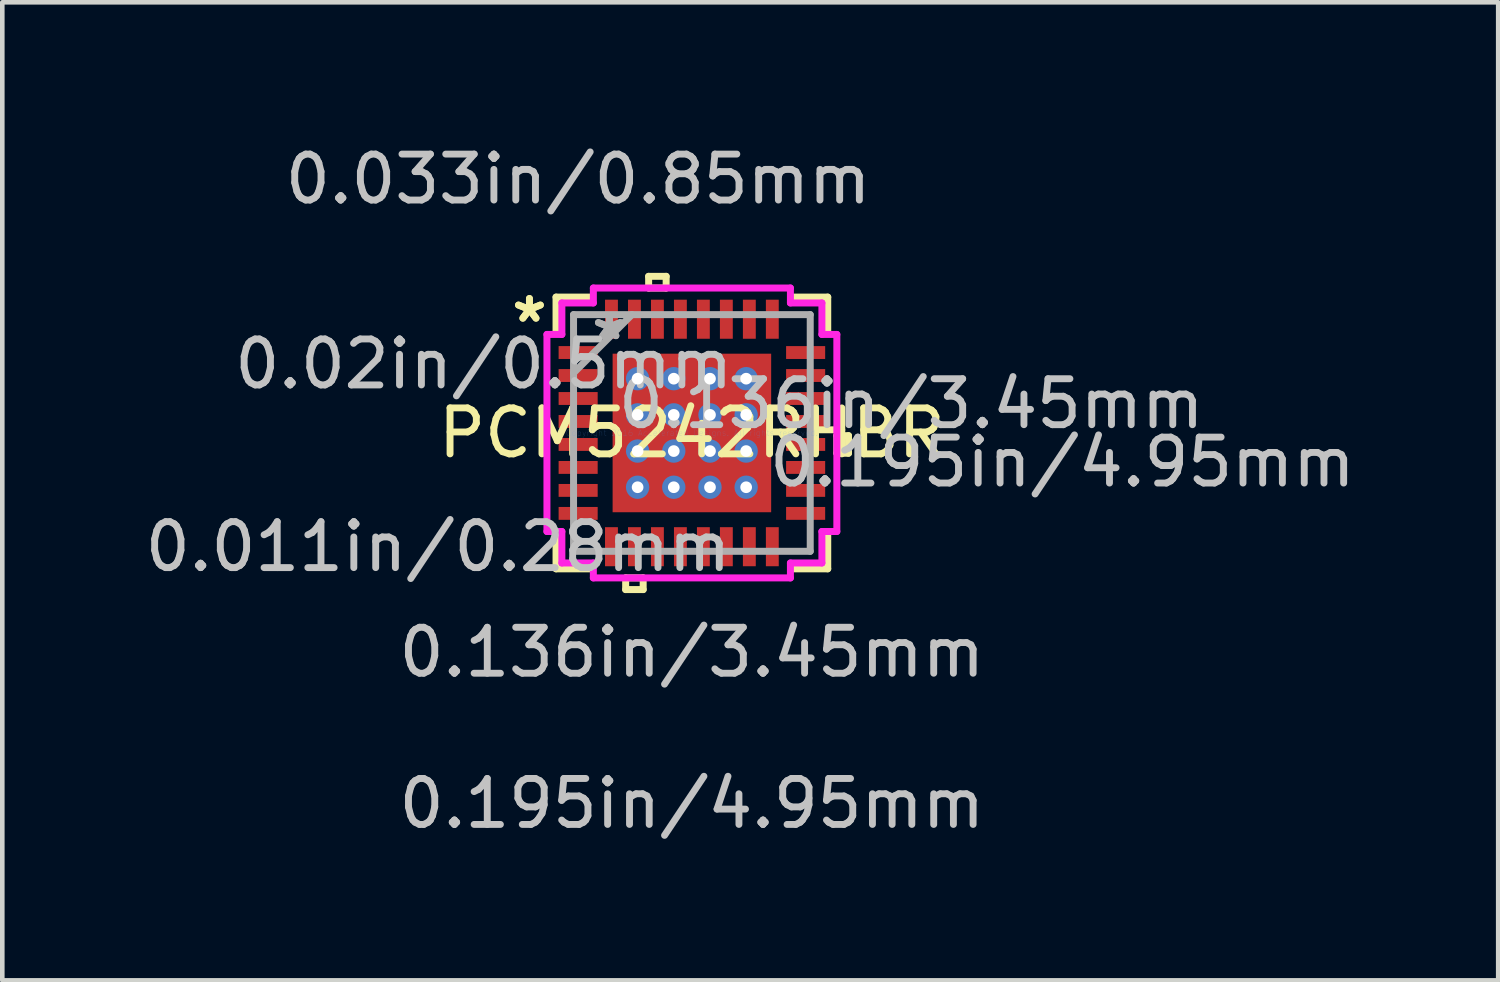
<source format=kicad_pcb>
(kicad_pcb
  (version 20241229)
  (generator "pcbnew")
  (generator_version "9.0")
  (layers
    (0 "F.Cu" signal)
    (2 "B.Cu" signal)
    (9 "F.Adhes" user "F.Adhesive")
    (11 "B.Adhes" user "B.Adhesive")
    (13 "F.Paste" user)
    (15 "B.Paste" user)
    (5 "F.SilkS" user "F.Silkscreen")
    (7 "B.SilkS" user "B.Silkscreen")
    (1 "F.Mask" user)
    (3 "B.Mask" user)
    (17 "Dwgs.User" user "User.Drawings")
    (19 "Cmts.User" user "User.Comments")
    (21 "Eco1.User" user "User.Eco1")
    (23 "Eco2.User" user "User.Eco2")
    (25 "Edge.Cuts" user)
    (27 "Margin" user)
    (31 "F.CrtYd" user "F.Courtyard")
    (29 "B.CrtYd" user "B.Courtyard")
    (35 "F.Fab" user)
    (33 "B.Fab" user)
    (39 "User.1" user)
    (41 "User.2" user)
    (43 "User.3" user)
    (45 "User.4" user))
  (footprint "PCM5242RHBR"
    (layer "F.Cu")
    (at 12.005 6.371)
    (property "Reference" "PCM5242RHBR" (at 0 0 0) (layer "F.SilkS") (effects (font (size 1 1) (thickness 0.15))))
    (attr through_hole)
    (fp_line (start -1.788 -1.788) (end -1.381 -1.788) (stroke (width 0.152) (type solid)) (layer "F.Mask"))
    (fp_line (start -1.788 -1.788) (end 1.788 -1.788) (stroke (width 0.152) (type solid)) (layer "F.Mask"))
    (fp_line (start -1.788 -1.381) (end -1.788 -1.788) (stroke (width 0.152) (type solid)) (layer "F.Mask"))
    (fp_line (start -1.788 -0.981) (end 1.788 -0.981) (stroke (width 0.152) (type solid)) (layer "F.Mask"))
    (fp_line (start -1.788 -0.594) (end -1.788 -0.981) (stroke (width 0.152) (type solid)) (layer "F.Mask"))
    (fp_line (start -1.788 -0.194) (end 1.788 -0.194) (stroke (width 0.152) (type solid)) (layer "F.Mask"))
    (fp_line (start -1.788 0.194) (end -1.788 -0.194) (stroke (width 0.152) (type solid)) (layer "F.Mask"))
    (fp_line (start -1.788 0.594) (end 1.788 0.594) (stroke (width 0.152) (type solid)) (layer "F.Mask"))
    (fp_line (start -1.788 0.981) (end -1.788 0.594) (stroke (width 0.152) (type solid)) (layer "F.Mask"))
    (fp_line (start -1.788 1.381) (end 1.788 1.381) (stroke (width 0.152) (type solid)) (layer "F.Mask"))
    (fp_line (start -1.788 1.788) (end -1.788 -1.788) (stroke (width 0.152) (type solid)) (layer "F.Mask"))
    (fp_line (start -1.788 1.788) (end -1.788 1.381) (stroke (width 0.152) (type solid)) (layer "F.Mask"))
    (fp_line (start -1.381 -1.788) (end -1.381 1.788) (stroke (width 0.152) (type solid)) (layer "F.Mask"))
    (fp_line (start -1.381 1.788) (end -1.788 1.788) (stroke (width 0.152) (type solid)) (layer "F.Mask"))
    (fp_line (start -0.981 -1.788) (end -0.981 1.788) (stroke (width 0.152) (type solid)) (layer "F.Mask"))
    (fp_line (start -0.981 1.788) (end -0.594 1.788) (stroke (width 0.152) (type solid)) (layer "F.Mask"))
    (fp_line (start -0.594 -1.788) (end -0.981 -1.788) (stroke (width 0.152) (type solid)) (layer "F.Mask"))
    (fp_line (start -0.594 1.788) (end -0.594 -1.788) (stroke (width 0.152) (type solid)) (layer "F.Mask"))
    (fp_line (start -0.194 -1.788) (end -0.194 1.788) (stroke (width 0.152) (type solid)) (layer "F.Mask"))
    (fp_line (start -0.194 1.788) (end 0.194 1.788) (stroke (width 0.152) (type solid)) (layer "F.Mask"))
    (fp_line (start 0.194 -1.788) (end -0.194 -1.788) (stroke (width 0.152) (type solid)) (layer "F.Mask"))
    (fp_line (start 0.194 1.788) (end 0.194 -1.788) (stroke (width 0.152) (type solid)) (layer "F.Mask"))
    (fp_line (start 0.594 -1.788) (end 0.594 1.788) (stroke (width 0.152) (type solid)) (layer "F.Mask"))
    (fp_line (start 0.594 1.788) (end 0.981 1.788) (stroke (width 0.152) (type solid)) (layer "F.Mask"))
    (fp_line (start 0.981 -1.788) (end 0.594 -1.788) (stroke (width 0.152) (type solid)) (layer "F.Mask"))
    (fp_line (start 0.981 1.788) (end 0.981 -1.788) (stroke (width 0.152) (type solid)) (layer "F.Mask"))
    (fp_line (start 1.381 -1.788) (end 1.788 -1.788) (stroke (width 0.152) (type solid)) (layer "F.Mask"))
    (fp_line (start 1.381 1.788) (end 1.381 -1.788) (stroke (width 0.152) (type solid)) (layer "F.Mask"))
    (fp_line (start 1.788 -1.788) (end 1.788 -1.381) (stroke (width 0.152) (type solid)) (layer "F.Mask"))
    (fp_line (start 1.788 -1.788) (end 1.788 1.788) (stroke (width 0.152) (type solid)) (layer "F.Mask"))
    (fp_line (start 1.788 -1.381) (end -1.788 -1.381) (stroke (width 0.152) (type solid)) (layer "F.Mask"))
    (fp_line (start 1.788 -0.981) (end 1.788 -0.594) (stroke (width 0.152) (type solid)) (layer "F.Mask"))
    (fp_line (start 1.788 -0.594) (end -1.788 -0.594) (stroke (width 0.152) (type solid)) (layer "F.Mask"))
    (fp_line (start 1.788 -0.194) (end 1.788 0.194) (stroke (width 0.152) (type solid)) (layer "F.Mask"))
    (fp_line (start 1.788 0.194) (end -1.788 0.194) (stroke (width 0.152) (type solid)) (layer "F.Mask"))
    (fp_line (start 1.788 0.594) (end 1.788 0.981) (stroke (width 0.152) (type solid)) (layer "F.Mask"))
    (fp_line (start 1.788 0.981) (end -1.788 0.981) (stroke (width 0.152) (type solid)) (layer "F.Mask"))
    (fp_line (start 1.788 1.381) (end 1.788 1.788) (stroke (width 0.152) (type solid)) (layer "F.Mask"))
    (fp_line (start 1.788 1.788) (end -1.788 1.788) (stroke (width 0.152) (type solid)) (layer "F.Mask"))
    (fp_line (start 1.788 1.788) (end 1.381 1.788) (stroke (width 0.152) (type solid)) (layer "F.Mask"))
    (fp_line (start -2.956 -2.956) (end -2.956 -2.218) (stroke (width 0.152) (type solid)) (layer "F.SilkS"))
    (fp_line (start -2.956 2.218) (end -2.956 2.956) (stroke (width 0.152) (type solid)) (layer "F.SilkS"))
    (fp_line (start -2.956 2.956) (end -2.218 2.956) (stroke (width 0.152) (type solid)) (layer "F.SilkS"))
    (fp_line (start -2.218 -2.956) (end -2.956 -2.956) (stroke (width 0.152) (type solid)) (layer "F.SilkS"))
    (fp_line (start -1.441 3.154) (end -1.441 3.408) (stroke (width 0.152) (type solid)) (layer "F.SilkS"))
    (fp_line (start -1.441 3.408) (end -1.06 3.408) (stroke (width 0.152) (type solid)) (layer "F.SilkS"))
    (fp_line (start -1.06 3.154) (end -1.441 3.154) (stroke (width 0.152) (type solid)) (layer "F.SilkS"))
    (fp_line (start -1.06 3.408) (end -1.06 3.154) (stroke (width 0.152) (type solid)) (layer "F.SilkS"))
    (fp_line (start -0.941 -3.408) (end -0.56 -3.408) (stroke (width 0.152) (type solid)) (layer "F.SilkS"))
    (fp_line (start -0.941 -3.154) (end -0.941 -3.408) (stroke (width 0.152) (type solid)) (layer "F.SilkS"))
    (fp_line (start -0.56 -3.408) (end -0.56 -3.154) (stroke (width 0.152) (type solid)) (layer "F.SilkS"))
    (fp_line (start -0.56 -3.154) (end -0.941 -3.154) (stroke (width 0.152) (type solid)) (layer "F.SilkS"))
    (fp_line (start 2.218 2.956) (end 2.956 2.956) (stroke (width 0.152) (type solid)) (layer "F.SilkS"))
    (fp_line (start 2.956 -2.956) (end 2.218 -2.956) (stroke (width 0.152) (type solid)) (layer "F.SilkS"))
    (fp_line (start 2.956 -2.218) (end 2.956 -2.956) (stroke (width 0.152) (type solid)) (layer "F.SilkS"))
    (fp_line (start 2.956 2.956) (end 2.956 2.218) (stroke (width 0.152) (type solid)) (layer "F.SilkS"))
    (fp_line (start 3.154 0.059) (end 3.408 0.059) (stroke (width 0.152) (type solid)) (layer "F.SilkS"))
    (fp_line (start 3.154 0.441) (end 3.154 0.059) (stroke (width 0.152) (type solid)) (layer "F.SilkS"))
    (fp_line (start 3.408 0.059) (end 3.408 0.441) (stroke (width 0.152) (type solid)) (layer "F.SilkS"))
    (fp_line (start 3.408 0.441) (end 3.154 0.441) (stroke (width 0.152) (type solid)) (layer "F.SilkS"))
    (fp_line (start -1.65 -1.65) (end -1.65 -1.281) (stroke (width 0.152) (type solid)) (layer "F.Paste"))
    (fp_line (start -1.65 -1.281) (end -1.423 -1.281) (stroke (width 0.152) (type solid)) (layer "F.Paste"))
    (fp_line (start -1.65 -1.081) (end -1.65 -0.494) (stroke (width 0.152) (type solid)) (layer "F.Paste"))
    (fp_line (start -1.65 -0.494) (end -1.423 -0.494) (stroke (width 0.152) (type solid)) (layer "F.Paste"))
    (fp_line (start -1.65 -0.294) (end -1.65 0.294) (stroke (width 0.152) (type solid)) (layer "F.Paste"))
    (fp_line (start -1.65 0.294) (end -1.423 0.294) (stroke (width 0.152) (type solid)) (layer "F.Paste"))
    (fp_line (start -1.65 0.494) (end -1.65 1.081) (stroke (width 0.152) (type solid)) (layer "F.Paste"))
    (fp_line (start -1.65 1.081) (end -1.423 1.081) (stroke (width 0.152) (type solid)) (layer "F.Paste"))
    (fp_line (start -1.65 1.281) (end -1.65 1.65) (stroke (width 0.152) (type solid)) (layer "F.Paste"))
    (fp_line (start -1.65 1.65) (end -1.281 1.65) (stroke (width 0.152) (type solid)) (layer "F.Paste"))
    (fp_line (start -1.423 -1.281) (end -1.423 -1.281) (stroke (width 0.152) (type solid)) (layer "F.Paste"))
    (fp_line (start -1.423 -1.281) (end -1.281 -1.423) (stroke (width 0.152) (type solid)) (layer "F.Paste"))
    (fp_line (start -1.423 -1.081) (end -1.65 -1.081) (stroke (width 0.152) (type solid)) (layer "F.Paste"))
    (fp_line (start -1.423 -1.081) (end -1.423 -1.081) (stroke (width 0.152) (type solid)) (layer "F.Paste"))
    (fp_line (start -1.423 -0.494) (end -1.423 -0.494) (stroke (width 0.152) (type solid)) (layer "F.Paste"))
    (fp_line (start -1.423 -0.494) (end -1.281 -0.635) (stroke (width 0.152) (type solid)) (layer "F.Paste"))
    (fp_line (start -1.423 -0.294) (end -1.65 -0.294) (stroke (width 0.152) (type solid)) (layer "F.Paste"))
    (fp_line (start -1.423 -0.294) (end -1.423 -0.294) (stroke (width 0.152) (type solid)) (layer "F.Paste"))
    (fp_line (start -1.423 0.294) (end -1.423 0.294) (stroke (width 0.152) (type solid)) (layer "F.Paste"))
    (fp_line (start -1.423 0.294) (end -1.281 0.152) (stroke (width 0.152) (type solid)) (layer "F.Paste"))
    (fp_line (start -1.423 0.494) (end -1.65 0.494) (stroke (width 0.152) (type solid)) (layer "F.Paste"))
    (fp_line (start -1.423 0.494) (end -1.423 0.494) (stroke (width 0.152) (type solid)) (layer "F.Paste"))
    (fp_line (start -1.423 1.081) (end -1.423 1.081) (stroke (width 0.152) (type solid)) (layer "F.Paste"))
    (fp_line (start -1.423 1.081) (end -1.281 0.94) (stroke (width 0.152) (type solid)) (layer "F.Paste"))
    (fp_line (start -1.423 1.281) (end -1.65 1.281) (stroke (width 0.152) (type solid)) (layer "F.Paste"))
    (fp_line (start -1.423 1.281) (end -1.423 1.281) (stroke (width 0.152) (type solid)) (layer "F.Paste"))
    (fp_line (start -1.281 -1.65) (end -1.65 -1.65) (stroke (width 0.152) (type solid)) (layer "F.Paste"))
    (fp_line (start -1.281 -1.423) (end -1.281 -1.65) (stroke (width 0.152) (type solid)) (layer "F.Paste"))
    (fp_line (start -1.281 -1.423) (end -1.281 -1.423) (stroke (width 0.152) (type solid)) (layer "F.Paste"))
    (fp_line (start -1.281 -0.94) (end -1.423 -1.081) (stroke (width 0.152) (type solid)) (layer "F.Paste"))
    (fp_line (start -1.281 -0.94) (end -1.281 -0.94) (stroke (width 0.152) (type solid)) (layer "F.Paste"))
    (fp_line (start -1.281 -0.635) (end -1.281 -0.94) (stroke (width 0.152) (type solid)) (layer "F.Paste"))
    (fp_line (start -1.281 -0.635) (end -1.281 -0.635) (stroke (width 0.152) (type solid)) (layer "F.Paste"))
    (fp_line (start -1.281 -0.152) (end -1.423 -0.294) (stroke (width 0.152) (type solid)) (layer "F.Paste"))
    (fp_line (start -1.281 -0.152) (end -1.281 -0.152) (stroke (width 0.152) (type solid)) (layer "F.Paste"))
    (fp_line (start -1.281 0.152) (end -1.281 -0.152) (stroke (width 0.152) (type solid)) (layer "F.Paste"))
    (fp_line (start -1.281 0.152) (end -1.281 0.152) (stroke (width 0.152) (type solid)) (layer "F.Paste"))
    (fp_line (start -1.281 0.635) (end -1.423 0.494) (stroke (width 0.152) (type solid)) (layer "F.Paste"))
    (fp_line (start -1.281 0.635) (end -1.281 0.635) (stroke (width 0.152) (type solid)) (layer "F.Paste"))
    (fp_line (start -1.281 0.94) (end -1.281 0.635) (stroke (width 0.152) (type solid)) (layer "F.Paste"))
    (fp_line (start -1.281 0.94) (end -1.281 0.94) (stroke (width 0.152) (type solid)) (layer "F.Paste"))
    (fp_line (start -1.281 1.423) (end -1.423 1.281) (stroke (width 0.152) (type solid)) (layer "F.Paste"))
    (fp_line (start -1.281 1.423) (end -1.281 1.423) (stroke (width 0.152) (type solid)) (layer "F.Paste"))
    (fp_line (start -1.281 1.65) (end -1.281 1.423) (stroke (width 0.152) (type solid)) (layer "F.Paste"))
    (fp_line (start -1.081 -1.65) (end -1.081 -1.423) (stroke (width 0.152) (type solid)) (layer "F.Paste"))
    (fp_line (start -1.081 -1.423) (end -1.081 -1.423) (stroke (width 0.152) (type solid)) (layer "F.Paste"))
    (fp_line (start -1.081 -1.423) (end -0.94 -1.281) (stroke (width 0.152) (type solid)) (layer "F.Paste"))
    (fp_line (start -1.081 -0.94) (end -1.081 -0.94) (stroke (width 0.152) (type solid)) (layer "F.Paste"))
    (fp_line (start -1.081 -0.94) (end -1.081 -0.635) (stroke (width 0.152) (type solid)) (layer "F.Paste"))
    (fp_line (start -1.081 -0.635) (end -1.081 -0.635) (stroke (width 0.152) (type solid)) (layer "F.Paste"))
    (fp_line (start -1.081 -0.635) (end -0.94 -0.494) (stroke (width 0.152) (type solid)) (layer "F.Paste"))
    (fp_line (start -1.081 -0.152) (end -1.081 -0.152) (stroke (width 0.152) (type solid)) (layer "F.Paste"))
    (fp_line (start -1.081 -0.152) (end -1.081 0.152) (stroke (width 0.152) (type solid)) (layer "F.Paste"))
    (fp_line (start -1.081 0.152) (end -1.081 0.152) (stroke (width 0.152) (type solid)) (layer "F.Paste"))
    (fp_line (start -1.081 0.152) (end -0.94 0.294) (stroke (width 0.152) (type solid)) (layer "F.Paste"))
    (fp_line (start -1.081 0.635) (end -1.081 0.635) (stroke (width 0.152) (type solid)) (layer "F.Paste"))
    (fp_line (start -1.081 0.635) (end -1.081 0.94) (stroke (width 0.152) (type solid)) (layer "F.Paste"))
    (fp_line (start -1.081 0.94) (end -1.081 0.94) (stroke (width 0.152) (type solid)) (layer "F.Paste"))
    (fp_line (start -1.081 0.94) (end -0.94 1.081) (stroke (width 0.152) (type solid)) (layer "F.Paste"))
    (fp_line (start -1.081 1.423) (end -1.081 1.423) (stroke (width 0.152) (type solid)) (layer "F.Paste"))
    (fp_line (start -1.081 1.423) (end -1.081 1.65) (stroke (width 0.152) (type solid)) (layer "F.Paste"))
    (fp_line (start -1.081 1.65) (end -0.494 1.65) (stroke (width 0.152) (type solid)) (layer "F.Paste"))
    (fp_line (start -0.94 -1.281) (end -0.94 -1.281) (stroke (width 0.152) (type solid)) (layer "F.Paste"))
    (fp_line (start -0.94 -1.281) (end -0.635 -1.281) (stroke (width 0.152) (type solid)) (layer "F.Paste"))
    (fp_line (start -0.94 -1.081) (end -1.081 -0.94) (stroke (width 0.152) (type solid)) (layer "F.Paste"))
    (fp_line (start -0.94 -1.081) (end -0.94 -1.081) (stroke (width 0.152) (type solid)) (layer "F.Paste"))
    (fp_line (start -0.94 -0.494) (end -0.94 -0.494) (stroke (width 0.152) (type solid)) (layer "F.Paste"))
    (fp_line (start -0.94 -0.494) (end -0.635 -0.494) (stroke (width 0.152) (type solid)) (layer "F.Paste"))
    (fp_line (start -0.94 -0.294) (end -1.081 -0.152) (stroke (width 0.152) (type solid)) (layer "F.Paste"))
    (fp_line (start -0.94 -0.294) (end -0.94 -0.294) (stroke (width 0.152) (type solid)) (layer "F.Paste"))
    (fp_line (start -0.94 0.294) (end -0.94 0.294) (stroke (width 0.152) (type solid)) (layer "F.Paste"))
    (fp_line (start -0.94 0.294) (end -0.635 0.294) (stroke (width 0.152) (type solid)) (layer "F.Paste"))
    (fp_line (start -0.94 0.494) (end -1.081 0.635) (stroke (width 0.152) (type solid)) (layer "F.Paste"))
    (fp_line (start -0.94 0.494) (end -0.94 0.494) (stroke (width 0.152) (type solid)) (layer "F.Paste"))
    (fp_line (start -0.94 1.081) (end -0.94 1.081) (stroke (width 0.152) (type solid)) (layer "F.Paste"))
    (fp_line (start -0.94 1.081) (end -0.635 1.081) (stroke (width 0.152) (type solid)) (layer "F.Paste"))
    (fp_line (start -0.94 1.281) (end -1.081 1.423) (stroke (width 0.152) (type solid)) (layer "F.Paste"))
    (fp_line (start -0.94 1.281) (end -0.94 1.281) (stroke (width 0.152) (type solid)) (layer "F.Paste"))
    (fp_line (start -0.635 -1.281) (end -0.635 -1.281) (stroke (width 0.152) (type solid)) (layer "F.Paste"))
    (fp_line (start -0.635 -1.281) (end -0.494 -1.423) (stroke (width 0.152) (type solid)) (layer "F.Paste"))
    (fp_line (start -0.635 -1.081) (end -0.94 -1.081) (stroke (width 0.152) (type solid)) (layer "F.Paste"))
    (fp_line (start -0.635 -1.081) (end -0.635 -1.081) (stroke (width 0.152) (type solid)) (layer "F.Paste"))
    (fp_line (start -0.635 -0.494) (end -0.635 -0.494) (stroke (width 0.152) (type solid)) (layer "F.Paste"))
    (fp_line (start -0.635 -0.494) (end -0.494 -0.635) (stroke (width 0.152) (type solid)) (layer "F.Paste"))
    (fp_line (start -0.635 -0.294) (end -0.94 -0.294) (stroke (width 0.152) (type solid)) (layer "F.Paste"))
    (fp_line (start -0.635 -0.294) (end -0.635 -0.294) (stroke (width 0.152) (type solid)) (layer "F.Paste"))
    (fp_line (start -0.635 0.294) (end -0.635 0.294) (stroke (width 0.152) (type solid)) (layer "F.Paste"))
    (fp_line (start -0.635 0.294) (end -0.494 0.152) (stroke (width 0.152) (type solid)) (layer "F.Paste"))
    (fp_line (start -0.635 0.494) (end -0.94 0.494) (stroke (width 0.152) (type solid)) (layer "F.Paste"))
    (fp_line (start -0.635 0.494) (end -0.635 0.494) (stroke (width 0.152) (type solid)) (layer "F.Paste"))
    (fp_line (start -0.635 1.081) (end -0.635 1.081) (stroke (width 0.152) (type solid)) (layer "F.Paste"))
    (fp_line (start -0.635 1.081) (end -0.494 0.94) (stroke (width 0.152) (type solid)) (layer "F.Paste"))
    (fp_line (start -0.635 1.281) (end -0.94 1.281) (stroke (width 0.152) (type solid)) (layer "F.Paste"))
    (fp_line (start -0.635 1.281) (end -0.635 1.281) (stroke (width 0.152) (type solid)) (layer "F.Paste"))
    (fp_line (start -0.494 -1.65) (end -1.081 -1.65) (stroke (width 0.152) (type solid)) (layer "F.Paste"))
    (fp_line (start -0.494 -1.423) (end -0.494 -1.65) (stroke (width 0.152) (type solid)) (layer "F.Paste"))
    (fp_line (start -0.494 -1.423) (end -0.494 -1.423) (stroke (width 0.152) (type solid)) (layer "F.Paste"))
    (fp_line (start -0.494 -0.94) (end -0.635 -1.081) (stroke (width 0.152) (type solid)) (layer "F.Paste"))
    (fp_line (start -0.494 -0.94) (end -0.494 -0.94) (stroke (width 0.152) (type solid)) (layer "F.Paste"))
    (fp_line (start -0.494 -0.635) (end -0.494 -0.94) (stroke (width 0.152) (type solid)) (layer "F.Paste"))
    (fp_line (start -0.494 -0.635) (end -0.494 -0.635) (stroke (width 0.152) (type solid)) (layer "F.Paste"))
    (fp_line (start -0.494 -0.152) (end -0.635 -0.294) (stroke (width 0.152) (type solid)) (layer "F.Paste"))
    (fp_line (start -0.494 -0.152) (end -0.494 -0.152) (stroke (width 0.152) (type solid)) (layer "F.Paste"))
    (fp_line (start -0.494 0.152) (end -0.494 -0.152) (stroke (width 0.152) (type solid)) (layer "F.Paste"))
    (fp_line (start -0.494 0.152) (end -0.494 0.152) (stroke (width 0.152) (type solid)) (layer "F.Paste"))
    (fp_line (start -0.494 0.635) (end -0.635 0.494) (stroke (width 0.152) (type solid)) (layer "F.Paste"))
    (fp_line (start -0.494 0.635) (end -0.494 0.635) (stroke (width 0.152) (type solid)) (layer "F.Paste"))
    (fp_line (start -0.494 0.94) (end -0.494 0.635) (stroke (width 0.152) (type solid)) (layer "F.Paste"))
    (fp_line (start -0.494 0.94) (end -0.494 0.94) (stroke (width 0.152) (type solid)) (layer "F.Paste"))
    (fp_line (start -0.494 1.423) (end -0.635 1.281) (stroke (width 0.152) (type solid)) (layer "F.Paste"))
    (fp_line (start -0.494 1.423) (end -0.494 1.423) (stroke (width 0.152) (type solid)) (layer "F.Paste"))
    (fp_line (start -0.494 1.65) (end -0.494 1.423) (stroke (width 0.152) (type solid)) (layer "F.Paste"))
    (fp_line (start -0.294 -1.65) (end -0.294 -1.423) (stroke (width 0.152) (type solid)) (layer "F.Paste"))
    (fp_line (start -0.294 -1.423) (end -0.294 -1.423) (stroke (width 0.152) (type solid)) (layer "F.Paste"))
    (fp_line (start -0.294 -1.423) (end -0.152 -1.281) (stroke (width 0.152) (type solid)) (layer "F.Paste"))
    (fp_line (start -0.294 -0.94) (end -0.294 -0.94) (stroke (width 0.152) (type solid)) (layer "F.Paste"))
    (fp_line (start -0.294 -0.94) (end -0.294 -0.635) (stroke (width 0.152) (type solid)) (layer "F.Paste"))
    (fp_line (start -0.294 -0.635) (end -0.294 -0.635) (stroke (width 0.152) (type solid)) (layer "F.Paste"))
    (fp_line (start -0.294 -0.635) (end -0.152 -0.494) (stroke (width 0.152) (type solid)) (layer "F.Paste"))
    (fp_line (start -0.294 -0.152) (end -0.294 -0.152) (stroke (width 0.152) (type solid)) (layer "F.Paste"))
    (fp_line (start -0.294 -0.152) (end -0.294 0.152) (stroke (width 0.152) (type solid)) (layer "F.Paste"))
    (fp_line (start -0.294 0.152) (end -0.294 0.152) (stroke (width 0.152) (type solid)) (layer "F.Paste"))
    (fp_line (start -0.294 0.152) (end -0.152 0.294) (stroke (width 0.152) (type solid)) (layer "F.Paste"))
    (fp_line (start -0.294 0.635) (end -0.294 0.635) (stroke (width 0.152) (type solid)) (layer "F.Paste"))
    (fp_line (start -0.294 0.635) (end -0.294 0.94) (stroke (width 0.152) (type solid)) (layer "F.Paste"))
    (fp_line (start -0.294 0.94) (end -0.294 0.94) (stroke (width 0.152) (type solid)) (layer "F.Paste"))
    (fp_line (start -0.294 0.94) (end -0.152 1.081) (stroke (width 0.152) (type solid)) (layer "F.Paste"))
    (fp_line (start -0.294 1.423) (end -0.294 1.423) (stroke (width 0.152) (type solid)) (layer "F.Paste"))
    (fp_line (start -0.294 1.423) (end -0.294 1.65) (stroke (width 0.152) (type solid)) (layer "F.Paste"))
    (fp_line (start -0.294 1.65) (end 0.294 1.65) (stroke (width 0.152) (type solid)) (layer "F.Paste"))
    (fp_line (start -0.152 -1.281) (end -0.152 -1.281) (stroke (width 0.152) (type solid)) (layer "F.Paste"))
    (fp_line (start -0.152 -1.281) (end 0.152 -1.281) (stroke (width 0.152) (type solid)) (layer "F.Paste"))
    (fp_line (start -0.152 -1.081) (end -0.294 -0.94) (stroke (width 0.152) (type solid)) (layer "F.Paste"))
    (fp_line (start -0.152 -1.081) (end -0.152 -1.081) (stroke (width 0.152) (type solid)) (layer "F.Paste"))
    (fp_line (start -0.152 -0.494) (end -0.152 -0.494) (stroke (width 0.152) (type solid)) (layer "F.Paste"))
    (fp_line (start -0.152 -0.494) (end 0.152 -0.494) (stroke (width 0.152) (type solid)) (layer "F.Paste"))
    (fp_line (start -0.152 -0.294) (end -0.294 -0.152) (stroke (width 0.152) (type solid)) (layer "F.Paste"))
    (fp_line (start -0.152 -0.294) (end -0.152 -0.294) (stroke (width 0.152) (type solid)) (layer "F.Paste"))
    (fp_line (start -0.152 0.294) (end -0.152 0.294) (stroke (width 0.152) (type solid)) (layer "F.Paste"))
    (fp_line (start -0.152 0.294) (end 0.152 0.294) (stroke (width 0.152) (type solid)) (layer "F.Paste"))
    (fp_line (start -0.152 0.494) (end -0.294 0.635) (stroke (width 0.152) (type solid)) (layer "F.Paste"))
    (fp_line (start -0.152 0.494) (end -0.152 0.494) (stroke (width 0.152) (type solid)) (layer "F.Paste"))
    (fp_line (start -0.152 1.081) (end -0.152 1.081) (stroke (width 0.152) (type solid)) (layer "F.Paste"))
    (fp_line (start -0.152 1.081) (end 0.152 1.081) (stroke (width 0.152) (type solid)) (layer "F.Paste"))
    (fp_line (start -0.152 1.281) (end -0.294 1.423) (stroke (width 0.152) (type solid)) (layer "F.Paste"))
    (fp_line (start -0.152 1.281) (end -0.152 1.281) (stroke (width 0.152) (type solid)) (layer "F.Paste"))
    (fp_line (start 0.152 -1.281) (end 0.152 -1.281) (stroke (width 0.152) (type solid)) (layer "F.Paste"))
    (fp_line (start 0.152 -1.281) (end 0.294 -1.423) (stroke (width 0.152) (type solid)) (layer "F.Paste"))
    (fp_line (start 0.152 -1.081) (end -0.152 -1.081) (stroke (width 0.152) (type solid)) (layer "F.Paste"))
    (fp_line (start 0.152 -1.081) (end 0.152 -1.081) (stroke (width 0.152) (type solid)) (layer "F.Paste"))
    (fp_line (start 0.152 -0.494) (end 0.152 -0.494) (stroke (width 0.152) (type solid)) (layer "F.Paste"))
    (fp_line (start 0.152 -0.494) (end 0.294 -0.635) (stroke (width 0.152) (type solid)) (layer "F.Paste"))
    (fp_line (start 0.152 -0.294) (end -0.152 -0.294) (stroke (width 0.152) (type solid)) (layer "F.Paste"))
    (fp_line (start 0.152 -0.294) (end 0.152 -0.294) (stroke (width 0.152) (type solid)) (layer "F.Paste"))
    (fp_line (start 0.152 0.294) (end 0.152 0.294) (stroke (width 0.152) (type solid)) (layer "F.Paste"))
    (fp_line (start 0.152 0.294) (end 0.294 0.152) (stroke (width 0.152) (type solid)) (layer "F.Paste"))
    (fp_line (start 0.152 0.494) (end -0.152 0.494) (stroke (width 0.152) (type solid)) (layer "F.Paste"))
    (fp_line (start 0.152 0.494) (end 0.152 0.494) (stroke (width 0.152) (type solid)) (layer "F.Paste"))
    (fp_line (start 0.152 1.081) (end 0.152 1.081) (stroke (width 0.152) (type solid)) (layer "F.Paste"))
    (fp_line (start 0.152 1.081) (end 0.294 0.94) (stroke (width 0.152) (type solid)) (layer "F.Paste"))
    (fp_line (start 0.152 1.281) (end -0.152 1.281) (stroke (width 0.152) (type solid)) (layer "F.Paste"))
    (fp_line (start 0.152 1.281) (end 0.152 1.281) (stroke (width 0.152) (type solid)) (layer "F.Paste"))
    (fp_line (start 0.294 -1.65) (end -0.294 -1.65) (stroke (width 0.152) (type solid)) (layer "F.Paste"))
    (fp_line (start 0.294 -1.423) (end 0.294 -1.65) (stroke (width 0.152) (type solid)) (layer "F.Paste"))
    (fp_line (start 0.294 -1.423) (end 0.294 -1.423) (stroke (width 0.152) (type solid)) (layer "F.Paste"))
    (fp_line (start 0.294 -0.94) (end 0.152 -1.081) (stroke (width 0.152) (type solid)) (layer "F.Paste"))
    (fp_line (start 0.294 -0.94) (end 0.294 -0.94) (stroke (width 0.152) (type solid)) (layer "F.Paste"))
    (fp_line (start 0.294 -0.635) (end 0.294 -0.94) (stroke (width 0.152) (type solid)) (layer "F.Paste"))
    (fp_line (start 0.294 -0.635) (end 0.294 -0.635) (stroke (width 0.152) (type solid)) (layer "F.Paste"))
    (fp_line (start 0.294 -0.152) (end 0.152 -0.294) (stroke (width 0.152) (type solid)) (layer "F.Paste"))
    (fp_line (start 0.294 -0.152) (end 0.294 -0.152) (stroke (width 0.152) (type solid)) (layer "F.Paste"))
    (fp_line (start 0.294 0.152) (end 0.294 -0.152) (stroke (width 0.152) (type solid)) (layer "F.Paste"))
    (fp_line (start 0.294 0.152) (end 0.294 0.152) (stroke (width 0.152) (type solid)) (layer "F.Paste"))
    (fp_line (start 0.294 0.635) (end 0.152 0.494) (stroke (width 0.152) (type solid)) (layer "F.Paste"))
    (fp_line (start 0.294 0.635) (end 0.294 0.635) (stroke (width 0.152) (type solid)) (layer "F.Paste"))
    (fp_line (start 0.294 0.94) (end 0.294 0.635) (stroke (width 0.152) (type solid)) (layer "F.Paste"))
    (fp_line (start 0.294 0.94) (end 0.294 0.94) (stroke (width 0.152) (type solid)) (layer "F.Paste"))
    (fp_line (start 0.294 1.423) (end 0.152 1.281) (stroke (width 0.152) (type solid)) (layer "F.Paste"))
    (fp_line (start 0.294 1.423) (end 0.294 1.423) (stroke (width 0.152) (type solid)) (layer "F.Paste"))
    (fp_line (start 0.294 1.65) (end 0.294 1.423) (stroke (width 0.152) (type solid)) (layer "F.Paste"))
    (fp_line (start 0.494 -1.65) (end 0.494 -1.423) (stroke (width 0.152) (type solid)) (layer "F.Paste"))
    (fp_line (start 0.494 -1.423) (end 0.494 -1.423) (stroke (width 0.152) (type solid)) (layer "F.Paste"))
    (fp_line (start 0.494 -1.423) (end 0.635 -1.281) (stroke (width 0.152) (type solid)) (layer "F.Paste"))
    (fp_line (start 0.494 -0.94) (end 0.494 -0.94) (stroke (width 0.152) (type solid)) (layer "F.Paste"))
    (fp_line (start 0.494 -0.94) (end 0.494 -0.635) (stroke (width 0.152) (type solid)) (layer "F.Paste"))
    (fp_line (start 0.494 -0.635) (end 0.494 -0.635) (stroke (width 0.152) (type solid)) (layer "F.Paste"))
    (fp_line (start 0.494 -0.635) (end 0.635 -0.494) (stroke (width 0.152) (type solid)) (layer "F.Paste"))
    (fp_line (start 0.494 -0.152) (end 0.494 -0.152) (stroke (width 0.152) (type solid)) (layer "F.Paste"))
    (fp_line (start 0.494 -0.152) (end 0.494 0.152) (stroke (width 0.152) (type solid)) (layer "F.Paste"))
    (fp_line (start 0.494 0.152) (end 0.494 0.152) (stroke (width 0.152) (type solid)) (layer "F.Paste"))
    (fp_line (start 0.494 0.152) (end 0.635 0.294) (stroke (width 0.152) (type solid)) (layer "F.Paste"))
    (fp_line (start 0.494 0.635) (end 0.494 0.635) (stroke (width 0.152) (type solid)) (layer "F.Paste"))
    (fp_line (start 0.494 0.635) (end 0.494 0.94) (stroke (width 0.152) (type solid)) (layer "F.Paste"))
    (fp_line (start 0.494 0.94) (end 0.494 0.94) (stroke (width 0.152) (type solid)) (layer "F.Paste"))
    (fp_line (start 0.494 0.94) (end 0.635 1.081) (stroke (width 0.152) (type solid)) (layer "F.Paste"))
    (fp_line (start 0.494 1.423) (end 0.494 1.423) (stroke (width 0.152) (type solid)) (layer "F.Paste"))
    (fp_line (start 0.494 1.423) (end 0.494 1.65) (stroke (width 0.152) (type solid)) (layer "F.Paste"))
    (fp_line (start 0.494 1.65) (end 1.081 1.65) (stroke (width 0.152) (type solid)) (layer "F.Paste"))
    (fp_line (start 0.635 -1.281) (end 0.635 -1.281) (stroke (width 0.152) (type solid)) (layer "F.Paste"))
    (fp_line (start 0.635 -1.281) (end 0.94 -1.281) (stroke (width 0.152) (type solid)) (layer "F.Paste"))
    (fp_line (start 0.635 -1.081) (end 0.494 -0.94) (stroke (width 0.152) (type solid)) (layer "F.Paste"))
    (fp_line (start 0.635 -1.081) (end 0.635 -1.081) (stroke (width 0.152) (type solid)) (layer "F.Paste"))
    (fp_line (start 0.635 -0.494) (end 0.635 -0.494) (stroke (width 0.152) (type solid)) (layer "F.Paste"))
    (fp_line (start 0.635 -0.494) (end 0.94 -0.494) (stroke (width 0.152) (type solid)) (layer "F.Paste"))
    (fp_line (start 0.635 -0.294) (end 0.494 -0.152) (stroke (width 0.152) (type solid)) (layer "F.Paste"))
    (fp_line (start 0.635 -0.294) (end 0.635 -0.294) (stroke (width 0.152) (type solid)) (layer "F.Paste"))
    (fp_line (start 0.635 0.294) (end 0.635 0.294) (stroke (width 0.152) (type solid)) (layer "F.Paste"))
    (fp_line (start 0.635 0.294) (end 0.94 0.294) (stroke (width 0.152) (type solid)) (layer "F.Paste"))
    (fp_line (start 0.635 0.494) (end 0.494 0.635) (stroke (width 0.152) (type solid)) (layer "F.Paste"))
    (fp_line (start 0.635 0.494) (end 0.635 0.494) (stroke (width 0.152) (type solid)) (layer "F.Paste"))
    (fp_line (start 0.635 1.081) (end 0.635 1.081) (stroke (width 0.152) (type solid)) (layer "F.Paste"))
    (fp_line (start 0.635 1.081) (end 0.94 1.081) (stroke (width 0.152) (type solid)) (layer "F.Paste"))
    (fp_line (start 0.635 1.281) (end 0.494 1.423) (stroke (width 0.152) (type solid)) (layer "F.Paste"))
    (fp_line (start 0.635 1.281) (end 0.635 1.281) (stroke (width 0.152) (type solid)) (layer "F.Paste"))
    (fp_line (start 0.94 -1.281) (end 0.94 -1.281) (stroke (width 0.152) (type solid)) (layer "F.Paste"))
    (fp_line (start 0.94 -1.281) (end 1.081 -1.423) (stroke (width 0.152) (type solid)) (layer "F.Paste"))
    (fp_line (start 0.94 -1.081) (end 0.635 -1.081) (stroke (width 0.152) (type solid)) (layer "F.Paste"))
    (fp_line (start 0.94 -1.081) (end 0.94 -1.081) (stroke (width 0.152) (type solid)) (layer "F.Paste"))
    (fp_line (start 0.94 -0.494) (end 0.94 -0.494) (stroke (width 0.152) (type solid)) (layer "F.Paste"))
    (fp_line (start 0.94 -0.494) (end 1.081 -0.635) (stroke (width 0.152) (type solid)) (layer "F.Paste"))
    (fp_line (start 0.94 -0.294) (end 0.635 -0.294) (stroke (width 0.152) (type solid)) (layer "F.Paste"))
    (fp_line (start 0.94 -0.294) (end 0.94 -0.294) (stroke (width 0.152) (type solid)) (layer "F.Paste"))
    (fp_line (start 0.94 0.294) (end 0.94 0.294) (stroke (width 0.152) (type solid)) (layer "F.Paste"))
    (fp_line (start 0.94 0.294) (end 1.081 0.152) (stroke (width 0.152) (type solid)) (layer "F.Paste"))
    (fp_line (start 0.94 0.494) (end 0.635 0.494) (stroke (width 0.152) (type solid)) (layer "F.Paste"))
    (fp_line (start 0.94 0.494) (end 0.94 0.494) (stroke (width 0.152) (type solid)) (layer "F.Paste"))
    (fp_line (start 0.94 1.081) (end 0.94 1.081) (stroke (width 0.152) (type solid)) (layer "F.Paste"))
    (fp_line (start 0.94 1.081) (end 1.081 0.94) (stroke (width 0.152) (type solid)) (layer "F.Paste"))
    (fp_line (start 0.94 1.281) (end 0.635 1.281) (stroke (width 0.152) (type solid)) (layer "F.Paste"))
    (fp_line (start 0.94 1.281) (end 0.94 1.281) (stroke (width 0.152) (type solid)) (layer "F.Paste"))
    (fp_line (start 1.081 -1.65) (end 0.494 -1.65) (stroke (width 0.152) (type solid)) (layer "F.Paste"))
    (fp_line (start 1.081 -1.423) (end 1.081 -1.65) (stroke (width 0.152) (type solid)) (layer "F.Paste"))
    (fp_line (start 1.081 -1.423) (end 1.081 -1.423) (stroke (width 0.152) (type solid)) (layer "F.Paste"))
    (fp_line (start 1.081 -0.94) (end 0.94 -1.081) (stroke (width 0.152) (type solid)) (layer "F.Paste"))
    (fp_line (start 1.081 -0.94) (end 1.081 -0.94) (stroke (width 0.152) (type solid)) (layer "F.Paste"))
    (fp_line (start 1.081 -0.635) (end 1.081 -0.94) (stroke (width 0.152) (type solid)) (layer "F.Paste"))
    (fp_line (start 1.081 -0.635) (end 1.081 -0.635) (stroke (width 0.152) (type solid)) (layer "F.Paste"))
    (fp_line (start 1.081 -0.152) (end 0.94 -0.294) (stroke (width 0.152) (type solid)) (layer "F.Paste"))
    (fp_line (start 1.081 -0.152) (end 1.081 -0.152) (stroke (width 0.152) (type solid)) (layer "F.Paste"))
    (fp_line (start 1.081 0.152) (end 1.081 -0.152) (stroke (width 0.152) (type solid)) (layer "F.Paste"))
    (fp_line (start 1.081 0.152) (end 1.081 0.152) (stroke (width 0.152) (type solid)) (layer "F.Paste"))
    (fp_line (start 1.081 0.635) (end 0.94 0.494) (stroke (width 0.152) (type solid)) (layer "F.Paste"))
    (fp_line (start 1.081 0.635) (end 1.081 0.635) (stroke (width 0.152) (type solid)) (layer "F.Paste"))
    (fp_line (start 1.081 0.94) (end 1.081 0.635) (stroke (width 0.152) (type solid)) (layer "F.Paste"))
    (fp_line (start 1.081 0.94) (end 1.081 0.94) (stroke (width 0.152) (type solid)) (layer "F.Paste"))
    (fp_line (start 1.081 1.423) (end 0.94 1.281) (stroke (width 0.152) (type solid)) (layer "F.Paste"))
    (fp_line (start 1.081 1.423) (end 1.081 1.423) (stroke (width 0.152) (type solid)) (layer "F.Paste"))
    (fp_line (start 1.081 1.65) (end 1.081 1.423) (stroke (width 0.152) (type solid)) (layer "F.Paste"))
    (fp_line (start 1.281 -1.65) (end 1.281 -1.423) (stroke (width 0.152) (type solid)) (layer "F.Paste"))
    (fp_line (start 1.281 -1.423) (end 1.281 -1.423) (stroke (width 0.152) (type solid)) (layer "F.Paste"))
    (fp_line (start 1.281 -1.423) (end 1.423 -1.281) (stroke (width 0.152) (type solid)) (layer "F.Paste"))
    (fp_line (start 1.281 -0.94) (end 1.281 -0.94) (stroke (width 0.152) (type solid)) (layer "F.Paste"))
    (fp_line (start 1.281 -0.94) (end 1.281 -0.635) (stroke (width 0.152) (type solid)) (layer "F.Paste"))
    (fp_line (start 1.281 -0.635) (end 1.281 -0.635) (stroke (width 0.152) (type solid)) (layer "F.Paste"))
    (fp_line (start 1.281 -0.635) (end 1.423 -0.494) (stroke (width 0.152) (type solid)) (layer "F.Paste"))
    (fp_line (start 1.281 -0.152) (end 1.281 -0.152) (stroke (width 0.152) (type solid)) (layer "F.Paste"))
    (fp_line (start 1.281 -0.152) (end 1.281 0.152) (stroke (width 0.152) (type solid)) (layer "F.Paste"))
    (fp_line (start 1.281 0.152) (end 1.281 0.152) (stroke (width 0.152) (type solid)) (layer "F.Paste"))
    (fp_line (start 1.281 0.152) (end 1.423 0.294) (stroke (width 0.152) (type solid)) (layer "F.Paste"))
    (fp_line (start 1.281 0.635) (end 1.281 0.635) (stroke (width 0.152) (type solid)) (layer "F.Paste"))
    (fp_line (start 1.281 0.635) (end 1.281 0.94) (stroke (width 0.152) (type solid)) (layer "F.Paste"))
    (fp_line (start 1.281 0.94) (end 1.281 0.94) (stroke (width 0.152) (type solid)) (layer "F.Paste"))
    (fp_line (start 1.281 0.94) (end 1.423 1.081) (stroke (width 0.152) (type solid)) (layer "F.Paste"))
    (fp_line (start 1.281 1.423) (end 1.281 1.423) (stroke (width 0.152) (type solid)) (layer "F.Paste"))
    (fp_line (start 1.281 1.423) (end 1.281 1.65) (stroke (width 0.152) (type solid)) (layer "F.Paste"))
    (fp_line (start 1.281 1.65) (end 1.65 1.65) (stroke (width 0.152) (type solid)) (layer "F.Paste"))
    (fp_line (start 1.423 -1.281) (end 1.423 -1.281) (stroke (width 0.152) (type solid)) (layer "F.Paste"))
    (fp_line (start 1.423 -1.281) (end 1.65 -1.281) (stroke (width 0.152) (type solid)) (layer "F.Paste"))
    (fp_line (start 1.423 -1.081) (end 1.281 -0.94) (stroke (width 0.152) (type solid)) (layer "F.Paste"))
    (fp_line (start 1.423 -1.081) (end 1.423 -1.081) (stroke (width 0.152) (type solid)) (layer "F.Paste"))
    (fp_line (start 1.423 -0.494) (end 1.423 -0.494) (stroke (width 0.152) (type solid)) (layer "F.Paste"))
    (fp_line (start 1.423 -0.494) (end 1.65 -0.494) (stroke (width 0.152) (type solid)) (layer "F.Paste"))
    (fp_line (start 1.423 -0.294) (end 1.281 -0.152) (stroke (width 0.152) (type solid)) (layer "F.Paste"))
    (fp_line (start 1.423 -0.294) (end 1.423 -0.294) (stroke (width 0.152) (type solid)) (layer "F.Paste"))
    (fp_line (start 1.423 0.294) (end 1.423 0.294) (stroke (width 0.152) (type solid)) (layer "F.Paste"))
    (fp_line (start 1.423 0.294) (end 1.65 0.294) (stroke (width 0.152) (type solid)) (layer "F.Paste"))
    (fp_line (start 1.423 0.494) (end 1.281 0.635) (stroke (width 0.152) (type solid)) (layer "F.Paste"))
    (fp_line (start 1.423 0.494) (end 1.423 0.494) (stroke (width 0.152) (type solid)) (layer "F.Paste"))
    (fp_line (start 1.423 1.081) (end 1.423 1.081) (stroke (width 0.152) (type solid)) (layer "F.Paste"))
    (fp_line (start 1.423 1.081) (end 1.65 1.081) (stroke (width 0.152) (type solid)) (layer "F.Paste"))
    (fp_line (start 1.423 1.281) (end 1.281 1.423) (stroke (width 0.152) (type solid)) (layer "F.Paste"))
    (fp_line (start 1.423 1.281) (end 1.423 1.281) (stroke (width 0.152) (type solid)) (layer "F.Paste"))
    (fp_line (start 1.65 -1.65) (end 1.281 -1.65) (stroke (width 0.152) (type solid)) (layer "F.Paste"))
    (fp_line (start 1.65 -1.281) (end 1.65 -1.65) (stroke (width 0.152) (type solid)) (layer "F.Paste"))
    (fp_line (start 1.65 -1.081) (end 1.423 -1.081) (stroke (width 0.152) (type solid)) (layer "F.Paste"))
    (fp_line (start 1.65 -0.494) (end 1.65 -1.081) (stroke (width 0.152) (type solid)) (layer "F.Paste"))
    (fp_line (start 1.65 -0.294) (end 1.423 -0.294) (stroke (width 0.152) (type solid)) (layer "F.Paste"))
    (fp_line (start 1.65 0.294) (end 1.65 -0.294) (stroke (width 0.152) (type solid)) (layer "F.Paste"))
    (fp_line (start 1.65 0.494) (end 1.423 0.494) (stroke (width 0.152) (type solid)) (layer "F.Paste"))
    (fp_line (start 1.65 1.081) (end 1.65 0.494) (stroke (width 0.152) (type solid)) (layer "F.Paste"))
    (fp_line (start 1.65 1.281) (end 1.423 1.281) (stroke (width 0.152) (type solid)) (layer "F.Paste"))
    (fp_line (start 1.65 1.65) (end 1.65 1.281) (stroke (width 0.152) (type solid)) (layer "F.Paste"))
    (fp_line (start -3.154 -2.144) (end -2.829 -2.144) (stroke (width 0.152) (type solid)) (layer "F.CrtYd"))
    (fp_line (start -3.154 2.144) (end -3.154 -2.144) (stroke (width 0.152) (type solid)) (layer "F.CrtYd"))
    (fp_line (start -2.829 -2.829) (end -2.144 -2.829) (stroke (width 0.152) (type solid)) (layer "F.CrtYd"))
    (fp_line (start -2.829 -2.144) (end -2.829 -2.829) (stroke (width 0.152) (type solid)) (layer "F.CrtYd"))
    (fp_line (start -2.829 2.144) (end -3.154 2.144) (stroke (width 0.152) (type solid)) (layer "F.CrtYd"))
    (fp_line (start -2.829 2.829) (end -2.829 2.144) (stroke (width 0.152) (type solid)) (layer "F.CrtYd"))
    (fp_line (start -2.144 -3.154) (end 2.144 -3.154) (stroke (width 0.152) (type solid)) (layer "F.CrtYd"))
    (fp_line (start -2.144 -2.829) (end -2.144 -3.154) (stroke (width 0.152) (type solid)) (layer "F.CrtYd"))
    (fp_line (start -2.144 2.829) (end -2.829 2.829) (stroke (width 0.152) (type solid)) (layer "F.CrtYd"))
    (fp_line (start -2.144 3.154) (end -2.144 2.829) (stroke (width 0.152) (type solid)) (layer "F.CrtYd"))
    (fp_line (start 2.144 -3.154) (end 2.144 -2.829) (stroke (width 0.152) (type solid)) (layer "F.CrtYd"))
    (fp_line (start 2.144 -2.829) (end 2.829 -2.829) (stroke (width 0.152) (type solid)) (layer "F.CrtYd"))
    (fp_line (start 2.144 2.829) (end 2.144 3.154) (stroke (width 0.152) (type solid)) (layer "F.CrtYd"))
    (fp_line (start 2.144 3.154) (end -2.144 3.154) (stroke (width 0.152) (type solid)) (layer "F.CrtYd"))
    (fp_line (start 2.829 -2.829) (end 2.829 -2.144) (stroke (width 0.152) (type solid)) (layer "F.CrtYd"))
    (fp_line (start 2.829 -2.144) (end 3.154 -2.144) (stroke (width 0.152) (type solid)) (layer "F.CrtYd"))
    (fp_line (start 2.829 2.144) (end 2.829 2.829) (stroke (width 0.152) (type solid)) (layer "F.CrtYd"))
    (fp_line (start 2.829 2.829) (end 2.144 2.829) (stroke (width 0.152) (type solid)) (layer "F.CrtYd"))
    (fp_line (start 3.154 -2.144) (end 3.154 2.144) (stroke (width 0.152) (type solid)) (layer "F.CrtYd"))
    (fp_line (start 3.154 2.144) (end 2.829 2.144) (stroke (width 0.152) (type solid)) (layer "F.CrtYd"))
    (fp_line (start -2.575 -2.575) (end -2.575 2.575) (stroke (width 0.152) (type solid)) (layer "F.Fab"))
    (fp_line (start -2.575 -1.305) (end -1.305 -2.575) (stroke (width 0.152) (type solid)) (layer "F.Fab"))
    (fp_line (start -2.575 2.575) (end 2.575 2.575) (stroke (width 0.152) (type solid)) (layer "F.Fab"))
    (fp_line (start 2.575 -2.575) (end -2.575 -2.575) (stroke (width 0.152) (type solid)) (layer "F.Fab"))
    (fp_line (start 2.575 2.575) (end 2.575 -2.575) (stroke (width 0.152) (type solid)) (layer "F.Fab"))
    (fp_text user "*" (at -3.535 -2.381 0) (layer "F.SilkS") (effects (font (size 1 1) (thickness 0.15))))
    (fp_text user "*" (at -3.535 -2.381 0) (layer "F.SilkS") (effects (font (size 1 1) (thickness 0.15))))
    (fp_text user "0.136in/3.45mm" (at 0 4.773 0) (layer "Dwgs.User") (effects (font (size 1 1) (thickness 0.15))))
    (fp_text user "0.195in/4.95mm" (at 8.063 0.635 0) (layer "Dwgs.User") (effects (font (size 1 1) (thickness 0.15))))
    (fp_text user "0.195in/4.95mm" (at 0 8.063 0) (layer "Dwgs.User") (effects (font (size 1 1) (thickness 0.15))))
    (fp_text user "0.136in/3.45mm" (at 4.773 -0.635 0) (layer "Dwgs.User") (effects (font (size 1 1) (thickness 0.15))))
    (fp_text user "0.02in/0.5mm" (at -4.528 -1.5 0) (layer "Dwgs.User") (effects (font (size 1 1) (thickness 0.15))))
    (fp_text user "0.011in/0.28mm" (at -5.523 2.475 0) (layer "Dwgs.User") (effects (font (size 1 1) (thickness 0.15))))
    (fp_text user "0.033in/0.85mm" (at -2.475 -5.523 0) (layer "Dwgs.User") (effects (font (size 1 1) (thickness 0.15))))
    (fp_text user "Copyright 2016 Accelerated Designs. All rights reserved." (at 0 0 0) (layer "Cmts.User") (effects (font (size 0.127 0.127) (thickness 0.002))))
    (fp_text user "*" (at -1.796 -2 0) (layer "F.Fab") (effects (font (size 1 1) (thickness 0.15))))
    (fp_text user "*" (at -1.796 -2 0) (layer "F.Fab") (effects (font (size 1 1) (thickness 0.15))))
    (pad "1" smd rect (at -2.475 -1.75 90) (size 0.28 0.85) (layers "F.Cu" "F.Mask" "F.Paste"))
    (pad "2" smd rect (at -2.475 -1.25 90) (size 0.28 0.85) (layers "F.Cu" "F.Mask" "F.Paste"))
    (pad "3" smd rect (at -2.475 -0.75 90) (size 0.28 0.85) (layers "F.Cu" "F.Mask" "F.Paste"))
    (pad "4" smd rect (at -2.475 -0.25 90) (size 0.28 0.85) (layers "F.Cu" "F.Mask" "F.Paste"))
    (pad "5" smd rect (at -2.475 0.25 90) (size 0.28 0.85) (layers "F.Cu" "F.Mask" "F.Paste"))
    (pad "6" smd rect (at -2.475 0.75 90) (size 0.28 0.85) (layers "F.Cu" "F.Mask" "F.Paste"))
    (pad "7" smd rect (at -2.475 1.25 90) (size 0.28 0.85) (layers "F.Cu" "F.Mask" "F.Paste"))
    (pad "8" smd rect (at -2.475 1.75 90) (size 0.28 0.85) (layers "F.Cu" "F.Mask" "F.Paste"))
    (pad "9" smd rect (at -1.75 2.475) (size 0.28 0.85) (layers "F.Cu" "F.Mask" "F.Paste"))
    (pad "10" smd rect (at -1.25 2.475) (size 0.28 0.85) (layers "F.Cu" "F.Mask" "F.Paste"))
    (pad "11" smd rect (at -0.75 2.475) (size 0.28 0.85) (layers "F.Cu" "F.Mask" "F.Paste"))
    (pad "12" smd rect (at -0.25 2.475) (size 0.28 0.85) (layers "F.Cu" "F.Mask" "F.Paste"))
    (pad "13" smd rect (at 0.25 2.475) (size 0.28 0.85) (layers "F.Cu" "F.Mask" "F.Paste"))
    (pad "14" smd rect (at 0.75 2.475) (size 0.28 0.85) (layers "F.Cu" "F.Mask" "F.Paste"))
    (pad "15" smd rect (at 1.25 2.475) (size 0.28 0.85) (layers "F.Cu" "F.Mask" "F.Paste"))
    (pad "16" smd rect (at 1.75 2.475) (size 0.28 0.85) (layers "F.Cu" "F.Mask" "F.Paste"))
    (pad "17" smd rect (at 2.475 1.75 90) (size 0.28 0.85) (layers "F.Cu" "F.Mask" "F.Paste"))
    (pad "18" smd rect (at 2.475 1.25 90) (size 0.28 0.85) (layers "F.Cu" "F.Mask" "F.Paste"))
    (pad "19" smd rect (at 2.475 0.75 90) (size 0.28 0.85) (layers "F.Cu" "F.Mask" "F.Paste"))
    (pad "20" smd rect (at 2.475 0.25 90) (size 0.28 0.85) (layers "F.Cu" "F.Mask" "F.Paste"))
    (pad "21" smd rect (at 2.475 -0.25 90) (size 0.28 0.85) (layers "F.Cu" "F.Mask" "F.Paste"))
    (pad "22" smd rect (at 2.475 -0.75 90) (size 0.28 0.85) (layers "F.Cu" "F.Mask" "F.Paste"))
    (pad "23" smd rect (at 2.475 -1.25 90) (size 0.28 0.85) (layers "F.Cu" "F.Mask" "F.Paste"))
    (pad "24" smd rect (at 2.475 -1.75 90) (size 0.28 0.85) (layers "F.Cu" "F.Mask" "F.Paste"))
    (pad "25" smd rect (at 1.75 -2.475) (size 0.28 0.85) (layers "F.Cu" "F.Mask" "F.Paste"))
    (pad "26" smd rect (at 1.25 -2.475) (size 0.28 0.85) (layers "F.Cu" "F.Mask" "F.Paste"))
    (pad "27" smd rect (at 0.75 -2.475) (size 0.28 0.85) (layers "F.Cu" "F.Mask" "F.Paste"))
    (pad "28" smd rect (at 0.25 -2.475) (size 0.28 0.85) (layers "F.Cu" "F.Mask" "F.Paste"))
    (pad "29" smd rect (at -0.25 -2.475) (size 0.28 0.85) (layers "F.Cu" "F.Mask" "F.Paste"))
    (pad "30" smd rect (at -0.75 -2.475) (size 0.28 0.85) (layers "F.Cu" "F.Mask" "F.Paste"))
    (pad "31" smd rect (at -1.25 -2.475) (size 0.28 0.85) (layers "F.Cu" "F.Mask" "F.Paste"))
    (pad "32" smd rect (at -1.75 -2.475) (size 0.28 0.85) (layers "F.Cu" "F.Mask" "F.Paste"))
    (pad "33" smd rect (at 0 0) (size 3.45 3.45) (layers "F.Cu" "F.Mask" "F.Paste"))
    (pad "V" thru_hole circle (at -1.181 -1.181) (size 0.508 0.508) (drill 0.254) (layers "*.Cu" "*.Mask"))
    (pad "V" thru_hole circle (at -1.181 -0.394) (size 0.508 0.508) (drill 0.254) (layers "*.Cu" "*.Mask"))
    (pad "V" thru_hole circle (at -1.181 0.394) (size 0.508 0.508) (drill 0.254) (layers "*.Cu" "*.Mask"))
    (pad "V" thru_hole circle (at -1.181 1.181) (size 0.508 0.508) (drill 0.254) (layers "*.Cu" "*.Mask"))
    (pad "V" thru_hole circle (at -0.394 -1.181) (size 0.508 0.508) (drill 0.254) (layers "*.Cu" "*.Mask"))
    (pad "V" thru_hole circle (at -0.394 -0.394) (size 0.508 0.508) (drill 0.254) (layers "*.Cu" "*.Mask"))
    (pad "V" thru_hole circle (at -0.394 0.394) (size 0.508 0.508) (drill 0.254) (layers "*.Cu" "*.Mask"))
    (pad "V" thru_hole circle (at -0.394 1.181) (size 0.508 0.508) (drill 0.254) (layers "*.Cu" "*.Mask"))
    (pad "V" thru_hole circle (at 0.394 -1.181) (size 0.508 0.508) (drill 0.254) (layers "*.Cu" "*.Mask"))
    (pad "V" thru_hole circle (at 0.394 -0.394) (size 0.508 0.508) (drill 0.254) (layers "*.Cu" "*.Mask"))
    (pad "V" thru_hole circle (at 0.394 0.394) (size 0.508 0.508) (drill 0.254) (layers "*.Cu" "*.Mask"))
    (pad "V" thru_hole circle (at 0.394 1.181) (size 0.508 0.508) (drill 0.254) (layers "*.Cu" "*.Mask"))
    (pad "V" thru_hole circle (at 1.181 -1.181) (size 0.508 0.508) (drill 0.254) (layers "*.Cu" "*.Mask"))
    (pad "V" thru_hole circle (at 1.181 -0.394) (size 0.508 0.508) (drill 0.254) (layers "*.Cu" "*.Mask"))
    (pad "V" thru_hole circle (at 1.181 0.394) (size 0.508 0.508) (drill 0.254) (layers "*.Cu" "*.Mask"))
    (pad "V" thru_hole circle (at 1.181 1.181) (size 0.508 0.508) (drill 0.254) (layers "*.Cu" "*.Mask")))
  (gr_rect
    (start -3 -3)
    (end 29.55 18.282)
    (stroke (width 0.1) (type default))
    (fill no)
    (layer "Edge.Cuts")))
</source>
